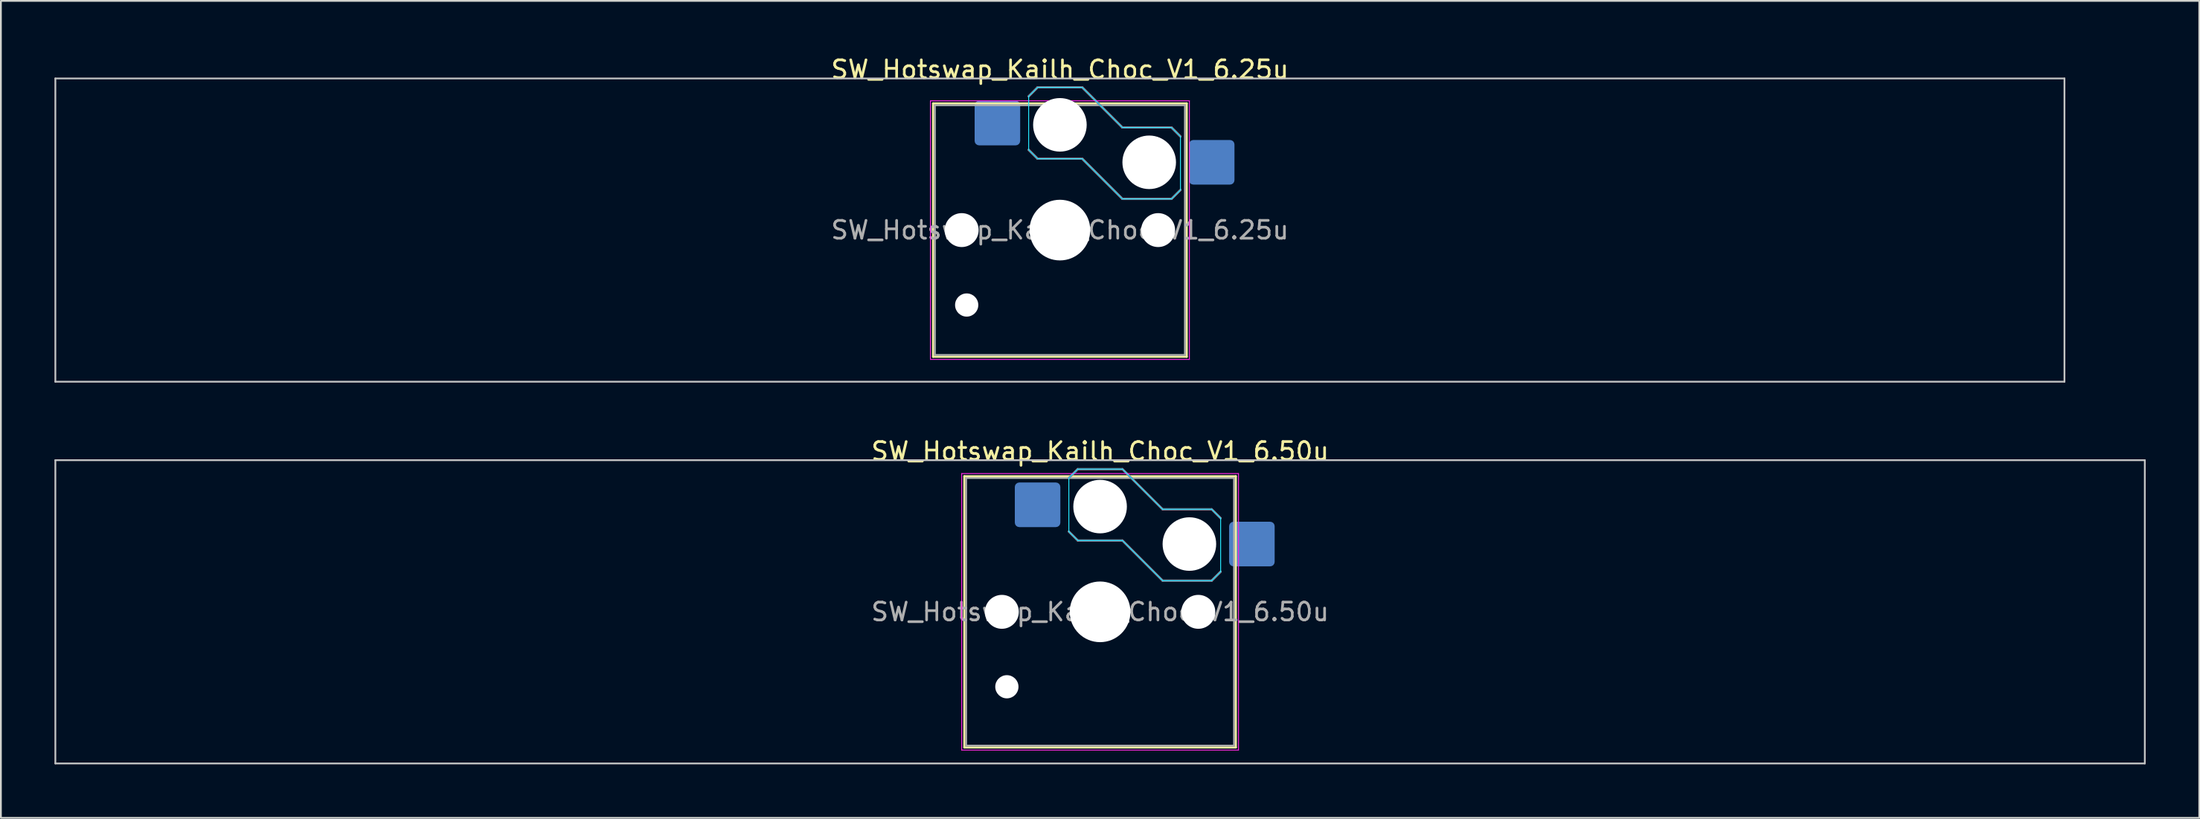
<source format=kicad_pcb>
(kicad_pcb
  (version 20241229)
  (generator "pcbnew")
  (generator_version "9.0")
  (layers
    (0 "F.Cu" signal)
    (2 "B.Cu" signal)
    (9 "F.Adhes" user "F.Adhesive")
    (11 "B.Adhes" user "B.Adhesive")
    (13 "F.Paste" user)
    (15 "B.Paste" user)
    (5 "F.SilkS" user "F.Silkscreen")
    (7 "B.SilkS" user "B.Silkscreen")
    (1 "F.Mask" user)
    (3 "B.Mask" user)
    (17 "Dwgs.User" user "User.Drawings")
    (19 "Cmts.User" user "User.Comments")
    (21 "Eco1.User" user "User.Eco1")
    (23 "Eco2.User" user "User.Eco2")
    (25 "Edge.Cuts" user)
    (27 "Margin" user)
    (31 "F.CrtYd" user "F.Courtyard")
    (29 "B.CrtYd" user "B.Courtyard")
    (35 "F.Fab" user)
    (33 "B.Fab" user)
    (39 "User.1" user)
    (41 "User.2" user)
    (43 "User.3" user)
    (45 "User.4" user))
  (footprint "SW_Hotswap_Kailh_Choc_V1_6.50u"
    (layer "F.Cu")
    (at 58.55 31.247)
    (property "Reference" "SW_Hotswap_Kailh_Choc_V1_6.50u" (at 0 -9 0) (layer "F.SilkS") (effects (font (size 1 1) (thickness 0.15))))
    (attr smd)
    (fp_line (start -7.6 -7.6) (end -7.6 7.6) (stroke (width 0.12) (type solid)) (layer "F.SilkS"))
    (fp_line (start -7.6 7.6) (end 7.6 7.6) (stroke (width 0.12) (type solid)) (layer "F.SilkS"))
    (fp_line (start 7.6 -7.6) (end -7.6 -7.6) (stroke (width 0.12) (type solid)) (layer "F.SilkS"))
    (fp_line (start 7.6 7.6) (end 7.6 -7.6) (stroke (width 0.12) (type solid)) (layer "F.SilkS"))
    (fp_line (start -1.75 -7.5) (end -1.25 -8) (stroke (width 0.12) (type solid)) (layer "B.SilkS"))
    (fp_line (start -1.25 -8) (end 1.25 -8) (stroke (width 0.12) (type solid)) (layer "B.SilkS"))
    (fp_line (start -1.25 -4) (end -1.75 -4.5) (stroke (width 0.12) (type solid)) (layer "B.SilkS"))
    (fp_line (start 1.25 -8) (end 3.5 -5.75) (stroke (width 0.12) (type solid)) (layer "B.SilkS"))
    (fp_line (start 1.25 -4) (end -1.25 -4) (stroke (width 0.12) (type solid)) (layer "B.SilkS"))
    (fp_line (start 3.5 -5.75) (end 6.25 -5.75) (stroke (width 0.12) (type solid)) (layer "B.SilkS"))
    (fp_line (start 3.5 -1.75) (end 1.25 -4) (stroke (width 0.12) (type solid)) (layer "B.SilkS"))
    (fp_line (start 6.25 -5.75) (end 6.75 -5.25) (stroke (width 0.12) (type solid)) (layer "B.SilkS"))
    (fp_line (start 6.25 -1.75) (end 3.5 -1.75) (stroke (width 0.12) (type solid)) (layer "B.SilkS"))
    (fp_line (start 6.75 -2.25) (end 6.25 -1.75) (stroke (width 0.12) (type solid)) (layer "B.SilkS"))
    (fp_line (start -58.5 -8.5) (end -58.5 8.5) (stroke (width 0.1) (type solid)) (layer "Dwgs.User"))
    (fp_line (start -58.5 8.5) (end 58.5 8.5) (stroke (width 0.1) (type solid)) (layer "Dwgs.User"))
    (fp_line (start 58.5 -8.5) (end -58.5 -8.5) (stroke (width 0.1) (type solid)) (layer "Dwgs.User"))
    (fp_line (start 58.5 8.5) (end 58.5 -8.5) (stroke (width 0.1) (type solid)) (layer "Dwgs.User"))
    (fp_line (start -7.25 -7.25) (end -7.25 7.25) (stroke (width 0.1) (type solid)) (layer "Eco1.User"))
    (fp_line (start -7.25 7.25) (end 7.25 7.25) (stroke (width 0.1) (type solid)) (layer "Eco1.User"))
    (fp_line (start 7.25 -7.25) (end -7.25 -7.25) (stroke (width 0.1) (type solid)) (layer "Eco1.User"))
    (fp_line (start 7.25 7.25) (end 7.25 -7.25) (stroke (width 0.1) (type solid)) (layer "Eco1.User"))
    (fp_line (start -1.75 -7.5) (end -1.25 -8) (stroke (width 0.05) (type solid)) (layer "B.CrtYd"))
    (fp_line (start -1.75 -4.5) (end -1.75 -7.5) (stroke (width 0.05) (type solid)) (layer "B.CrtYd"))
    (fp_line (start -1.25 -8) (end 1.25 -8) (stroke (width 0.05) (type solid)) (layer "B.CrtYd"))
    (fp_line (start -1.25 -4) (end -1.75 -4.5) (stroke (width 0.05) (type solid)) (layer "B.CrtYd"))
    (fp_line (start 1.25 -8) (end 3.5 -5.75) (stroke (width 0.05) (type solid)) (layer "B.CrtYd"))
    (fp_line (start 1.25 -4) (end -1.25 -4) (stroke (width 0.05) (type solid)) (layer "B.CrtYd"))
    (fp_line (start 3.5 -5.75) (end 6.25 -5.75) (stroke (width 0.05) (type solid)) (layer "B.CrtYd"))
    (fp_line (start 3.5 -1.75) (end 1.25 -4) (stroke (width 0.05) (type solid)) (layer "B.CrtYd"))
    (fp_line (start 6.25 -5.75) (end 6.75 -5.25) (stroke (width 0.05) (type solid)) (layer "B.CrtYd"))
    (fp_line (start 6.25 -1.75) (end 3.5 -1.75) (stroke (width 0.05) (type solid)) (layer "B.CrtYd"))
    (fp_line (start 6.75 -5.25) (end 6.75 -2.25) (stroke (width 0.05) (type solid)) (layer "B.CrtYd"))
    (fp_line (start 6.75 -2.25) (end 6.25 -1.75) (stroke (width 0.05) (type solid)) (layer "B.CrtYd"))
    (fp_line (start -7.75 -7.75) (end -7.75 7.75) (stroke (width 0.05) (type solid)) (layer "F.CrtYd"))
    (fp_line (start -7.75 7.75) (end 7.75 7.75) (stroke (width 0.05) (type solid)) (layer "F.CrtYd"))
    (fp_line (start 7.75 -7.75) (end -7.75 -7.75) (stroke (width 0.05) (type solid)) (layer "F.CrtYd"))
    (fp_line (start 7.75 7.75) (end 7.75 -7.75) (stroke (width 0.05) (type solid)) (layer "F.CrtYd"))
    (fp_line (start -1.75 -7.5) (end -1.25 -8) (stroke (width 0.1) (type solid)) (layer "B.Fab"))
    (fp_line (start -1.25 -8) (end 1.25 -8) (stroke (width 0.1) (type solid)) (layer "B.Fab"))
    (fp_line (start -1.25 -4) (end -1.75 -4.5) (stroke (width 0.1) (type solid)) (layer "B.Fab"))
    (fp_line (start 1.25 -8) (end 3.5 -5.75) (stroke (width 0.1) (type solid)) (layer "B.Fab"))
    (fp_line (start 1.25 -4) (end -1.25 -4) (stroke (width 0.1) (type solid)) (layer "B.Fab"))
    (fp_line (start 3.5 -5.75) (end 6.25 -5.75) (stroke (width 0.1) (type solid)) (layer "B.Fab"))
    (fp_line (start 3.5 -1.75) (end 1.25 -4) (stroke (width 0.1) (type solid)) (layer "B.Fab"))
    (fp_line (start 6.25 -5.75) (end 6.75 -5.25) (stroke (width 0.1) (type solid)) (layer "B.Fab"))
    (fp_line (start 6.25 -1.75) (end 3.5 -1.75) (stroke (width 0.1) (type solid)) (layer "B.Fab"))
    (fp_line (start 6.75 -2.25) (end 6.25 -1.75) (stroke (width 0.1) (type solid)) (layer "B.Fab"))
    (fp_line (start -7.5 -7.5) (end -7.5 7.5) (stroke (width 0.1) (type solid)) (layer "F.Fab"))
    (fp_line (start -7.5 7.5) (end 7.5 7.5) (stroke (width 0.1) (type solid)) (layer "F.Fab"))
    (fp_line (start 7.5 -7.5) (end -7.5 -7.5) (stroke (width 0.1) (type solid)) (layer "F.Fab"))
    (fp_line (start 7.5 7.5) (end 7.5 -7.5) (stroke (width 0.1) (type solid)) (layer "F.Fab"))
    (fp_text user "${REFERENCE}" (at 0 0 0) (layer "F.Fab") (effects (font (size 1 1) (thickness 0.15))))
    (pad "" np_thru_hole circle (at -5.5 0) (size 1.9 1.9) (drill 1.9) (layers "*.Cu" "*.Mask"))
    (pad "" np_thru_hole circle (at -5.22 4.2) (size 1.3 1.3) (drill 1.3) (layers "*.Cu" "*.Mask"))
    (pad "" np_thru_hole circle (at 0 -5.9) (size 3 3) (drill 3) (layers "*.Cu" "*.Mask"))
    (pad "" np_thru_hole circle (at 0 0) (size 3.4 3.4) (drill 3.4) (layers "*.Cu" "*.Mask"))
    (pad "" np_thru_hole circle (at 5 -3.8) (size 3 3) (drill 3) (layers "*.Cu" "*.Mask"))
    (pad "" np_thru_hole circle (at 5.5 0) (size 1.9 1.9) (drill 1.9) (layers "*.Cu" "*.Mask"))
    (pad "1" smd roundrect (at -3.5 -6) (size 2.55 2.5) (layers "B.Cu" "B.Mask" "B.Paste") (roundrect_rratio 0.1))
    (pad "2" smd roundrect (at 8.5 -3.8) (size 2.55 2.5) (layers "B.Cu" "B.Mask" "B.Paste") (roundrect_rratio 0.1)))
  (footprint "SW_Hotswap_Kailh_Choc_V1_6.25u"
    (layer "F.Cu")
    (at 56.3 9.848)
    (property "Reference" "SW_Hotswap_Kailh_Choc_V1_6.25u" (at 0 -9 0) (layer "F.SilkS") (effects (font (size 1 1) (thickness 0.15))))
    (attr smd)
    (fp_line (start -7.1 -7.1) (end -7.1 7.1) (stroke (width 0.12) (type solid)) (layer "F.SilkS"))
    (fp_line (start -7.1 7.1) (end 7.1 7.1) (stroke (width 0.12) (type solid)) (layer "F.SilkS"))
    (fp_line (start 7.1 -7.1) (end -7.1 -7.1) (stroke (width 0.12) (type solid)) (layer "F.SilkS"))
    (fp_line (start 7.1 7.1) (end 7.1 -7.1) (stroke (width 0.12) (type solid)) (layer "F.SilkS"))
    (fp_line (start -1.75 -7.5) (end -1.25 -8) (stroke (width 0.12) (type solid)) (layer "B.SilkS"))
    (fp_line (start -1.25 -8) (end 1.25 -8) (stroke (width 0.12) (type solid)) (layer "B.SilkS"))
    (fp_line (start -1.25 -4) (end -1.75 -4.5) (stroke (width 0.12) (type solid)) (layer "B.SilkS"))
    (fp_line (start 1.25 -8) (end 3.5 -5.75) (stroke (width 0.12) (type solid)) (layer "B.SilkS"))
    (fp_line (start 1.25 -4) (end -1.25 -4) (stroke (width 0.12) (type solid)) (layer "B.SilkS"))
    (fp_line (start 3.5 -5.75) (end 6.25 -5.75) (stroke (width 0.12) (type solid)) (layer "B.SilkS"))
    (fp_line (start 3.5 -1.75) (end 1.25 -4) (stroke (width 0.12) (type solid)) (layer "B.SilkS"))
    (fp_line (start 6.25 -5.75) (end 6.75 -5.25) (stroke (width 0.12) (type solid)) (layer "B.SilkS"))
    (fp_line (start 6.25 -1.75) (end 3.5 -1.75) (stroke (width 0.12) (type solid)) (layer "B.SilkS"))
    (fp_line (start 6.75 -2.25) (end 6.25 -1.75) (stroke (width 0.12) (type solid)) (layer "B.SilkS"))
    (fp_line (start -56.25 -8.5) (end -56.25 8.5) (stroke (width 0.1) (type solid)) (layer "Dwgs.User"))
    (fp_line (start -56.25 8.5) (end 56.25 8.5) (stroke (width 0.1) (type solid)) (layer "Dwgs.User"))
    (fp_line (start 56.25 -8.5) (end -56.25 -8.5) (stroke (width 0.1) (type solid)) (layer "Dwgs.User"))
    (fp_line (start 56.25 8.5) (end 56.25 -8.5) (stroke (width 0.1) (type solid)) (layer "Dwgs.User"))
    (fp_line (start -1.75 -7.5) (end -1.25 -8) (stroke (width 0.05) (type solid)) (layer "B.CrtYd"))
    (fp_line (start -1.75 -4.5) (end -1.75 -7.5) (stroke (width 0.05) (type solid)) (layer "B.CrtYd"))
    (fp_line (start -1.25 -8) (end 1.25 -8) (stroke (width 0.05) (type solid)) (layer "B.CrtYd"))
    (fp_line (start -1.25 -4) (end -1.75 -4.5) (stroke (width 0.05) (type solid)) (layer "B.CrtYd"))
    (fp_line (start 1.25 -8) (end 3.5 -5.75) (stroke (width 0.05) (type solid)) (layer "B.CrtYd"))
    (fp_line (start 1.25 -4) (end -1.25 -4) (stroke (width 0.05) (type solid)) (layer "B.CrtYd"))
    (fp_line (start 3.5 -5.75) (end 6.25 -5.75) (stroke (width 0.05) (type solid)) (layer "B.CrtYd"))
    (fp_line (start 3.5 -1.75) (end 1.25 -4) (stroke (width 0.05) (type solid)) (layer "B.CrtYd"))
    (fp_line (start 6.25 -5.75) (end 6.75 -5.25) (stroke (width 0.05) (type solid)) (layer "B.CrtYd"))
    (fp_line (start 6.25 -1.75) (end 3.5 -1.75) (stroke (width 0.05) (type solid)) (layer "B.CrtYd"))
    (fp_line (start 6.75 -5.25) (end 6.75 -2.25) (stroke (width 0.05) (type solid)) (layer "B.CrtYd"))
    (fp_line (start 6.75 -2.25) (end 6.25 -1.75) (stroke (width 0.05) (type solid)) (layer "B.CrtYd"))
    (fp_line (start -7.25 -7.25) (end -7.25 7.25) (stroke (width 0.05) (type solid)) (layer "F.CrtYd"))
    (fp_line (start -7.25 7.25) (end 7.25 7.25) (stroke (width 0.05) (type solid)) (layer "F.CrtYd"))
    (fp_line (start 7.25 -7.25) (end -7.25 -7.25) (stroke (width 0.05) (type solid)) (layer "F.CrtYd"))
    (fp_line (start 7.25 7.25) (end 7.25 -7.25) (stroke (width 0.05) (type solid)) (layer "F.CrtYd"))
    (fp_line (start -1.75 -7.5) (end -1.25 -8) (stroke (width 0.1) (type solid)) (layer "B.Fab"))
    (fp_line (start -1.25 -8) (end 1.25 -8) (stroke (width 0.1) (type solid)) (layer "B.Fab"))
    (fp_line (start -1.25 -4) (end -1.75 -4.5) (stroke (width 0.1) (type solid)) (layer "B.Fab"))
    (fp_line (start 1.25 -8) (end 3.5 -5.75) (stroke (width 0.1) (type solid)) (layer "B.Fab"))
    (fp_line (start 1.25 -4) (end -1.25 -4) (stroke (width 0.1) (type solid)) (layer "B.Fab"))
    (fp_line (start 3.5 -5.75) (end 6.25 -5.75) (stroke (width 0.1) (type solid)) (layer "B.Fab"))
    (fp_line (start 3.5 -1.75) (end 1.25 -4) (stroke (width 0.1) (type solid)) (layer "B.Fab"))
    (fp_line (start 6.25 -5.75) (end 6.75 -5.25) (stroke (width 0.1) (type solid)) (layer "B.Fab"))
    (fp_line (start 6.25 -1.75) (end 3.5 -1.75) (stroke (width 0.1) (type solid)) (layer "B.Fab"))
    (fp_line (start 6.75 -2.25) (end 6.25 -1.75) (stroke (width 0.1) (type solid)) (layer "B.Fab"))
    (fp_line (start -7 -7) (end -7 7) (stroke (width 0.1) (type solid)) (layer "F.Fab"))
    (fp_line (start -7 7) (end 7 7) (stroke (width 0.1) (type solid)) (layer "F.Fab"))
    (fp_line (start 7 -7) (end -7 -7) (stroke (width 0.1) (type solid)) (layer "F.Fab"))
    (fp_line (start 7 7) (end 7 -7) (stroke (width 0.1) (type solid)) (layer "F.Fab"))
    (fp_text user "${REFERENCE}" (at 0 0 0) (layer "F.Fab") (effects (font (size 1 1) (thickness 0.15))))
    (pad "" np_thru_hole circle (at -5.5 0) (size 1.9 1.9) (drill 1.9) (layers "*.Cu" "*.Mask"))
    (pad "" np_thru_hole circle (at -5.22 4.2) (size 1.3 1.3) (drill 1.3) (layers "*.Cu" "*.Mask"))
    (pad "" np_thru_hole circle (at 0 -5.9) (size 3 3) (drill 3) (layers "*.Cu" "*.Mask"))
    (pad "" np_thru_hole circle (at 0 0) (size 3.4 3.4) (drill 3.4) (layers "*.Cu" "*.Mask"))
    (pad "" np_thru_hole circle (at 5 -3.8) (size 3 3) (drill 3) (layers "*.Cu" "*.Mask"))
    (pad "" np_thru_hole circle (at 5.5 0) (size 1.9 1.9) (drill 1.9) (layers "*.Cu" "*.Mask"))
    (pad "1" smd roundrect (at -3.5 -6) (size 2.55 2.5) (layers "B.Cu" "B.Mask" "B.Paste") (roundrect_rratio 0.1))
    (pad "2" smd roundrect (at 8.5 -3.8) (size 2.55 2.5) (layers "B.Cu" "B.Mask" "B.Paste") (roundrect_rratio 0.1)))
  (gr_rect
    (start -3 -3)
    (end 120.1 42.797)
    (stroke (width 0.1) (type default))
    (fill no)
    (layer "Edge.Cuts")))
</source>
